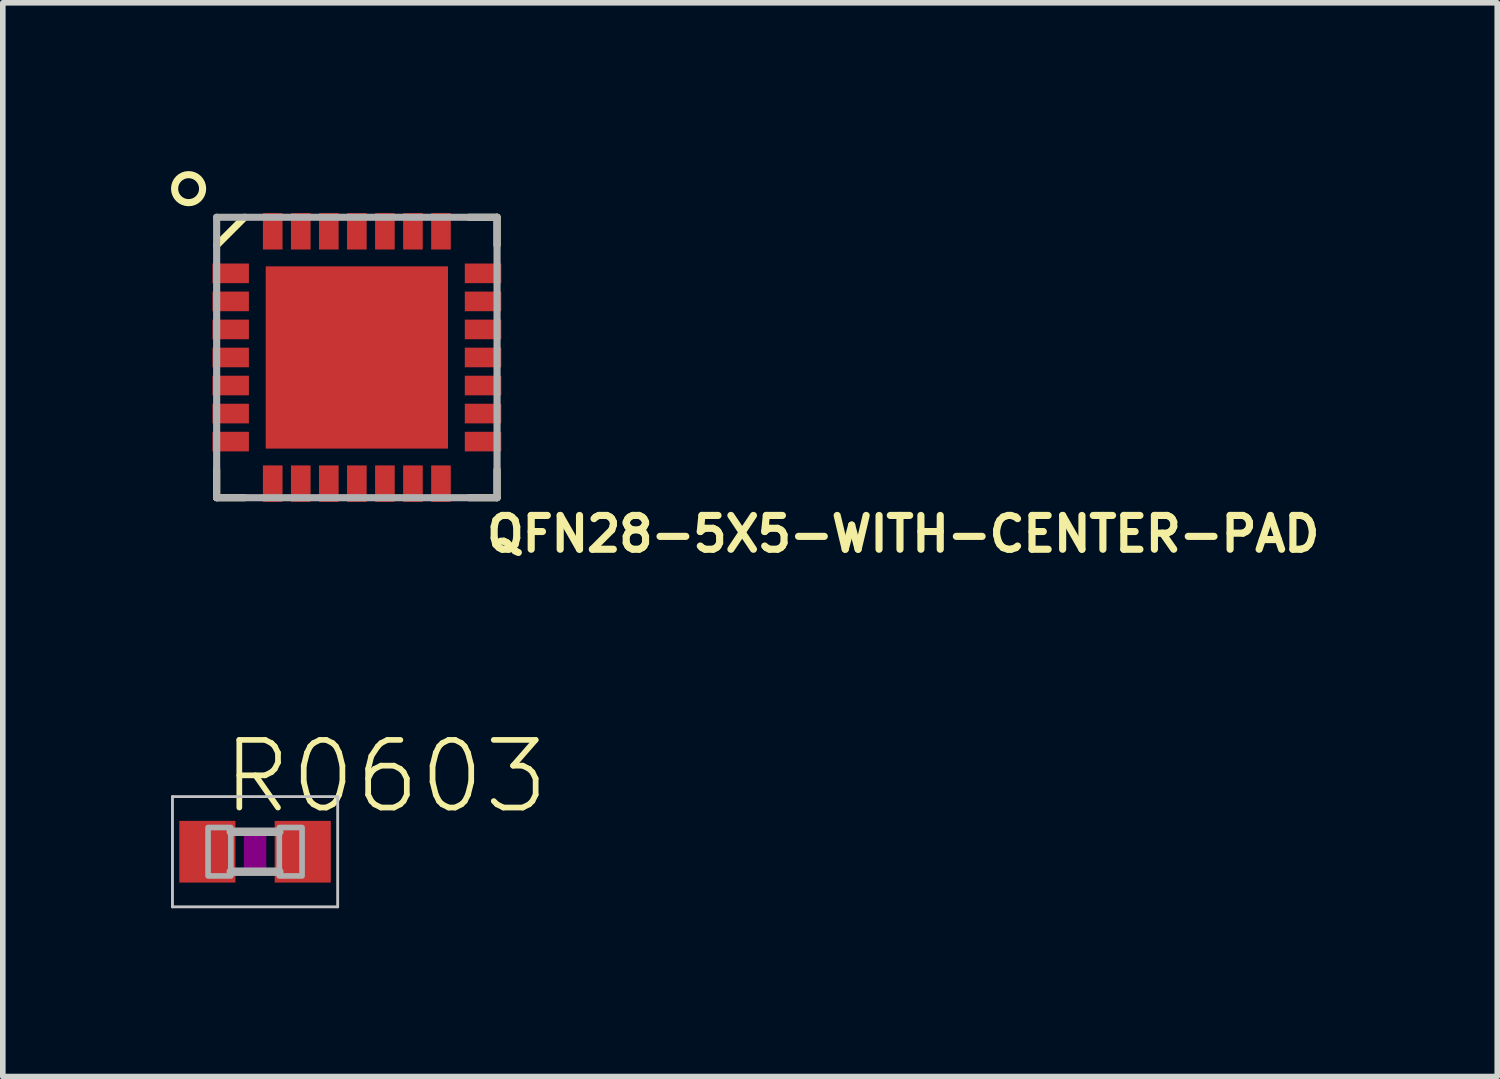
<source format=kicad_pcb>
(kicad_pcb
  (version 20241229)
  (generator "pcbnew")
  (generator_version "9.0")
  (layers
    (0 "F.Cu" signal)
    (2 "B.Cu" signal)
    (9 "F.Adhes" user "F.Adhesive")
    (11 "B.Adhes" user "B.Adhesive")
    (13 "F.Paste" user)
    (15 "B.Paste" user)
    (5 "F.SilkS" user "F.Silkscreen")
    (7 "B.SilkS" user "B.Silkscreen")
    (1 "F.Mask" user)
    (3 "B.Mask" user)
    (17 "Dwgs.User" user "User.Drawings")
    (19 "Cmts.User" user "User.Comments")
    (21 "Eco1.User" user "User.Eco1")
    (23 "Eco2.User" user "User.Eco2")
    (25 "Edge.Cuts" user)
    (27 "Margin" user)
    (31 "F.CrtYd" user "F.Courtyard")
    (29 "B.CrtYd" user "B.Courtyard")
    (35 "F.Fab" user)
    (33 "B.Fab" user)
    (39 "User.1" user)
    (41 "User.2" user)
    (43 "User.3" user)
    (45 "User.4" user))
  (footprint "R0603"
    (layer "F.Cu")
    (at 1.498 12.137)
    (property "Reference" "R0603" (at -0.635 -0.635 0) (layer "F.SilkS") (effects (font (size 1.206 1.206) (thickness 0.102)) (justify left bottom)))
    (attr through_hole)
    (fp_poly (pts (xy -0.2 0.4) (xy 0.2 0.4) (xy 0.2 -0.4) (xy -0.2 -0.4)) (stroke (width 0) (type solid)) (fill yes) (layer "F.Adhes"))
    (fp_line (start -1.473 -0.983) (end 1.473 -0.983) (stroke (width 0.051) (type solid)) (layer "Dwgs.User"))
    (fp_line (start -1.473 0.983) (end -1.473 -0.983) (stroke (width 0.051) (type solid)) (layer "Dwgs.User"))
    (fp_line (start 1.473 -0.983) (end 1.473 0.983) (stroke (width 0.051) (type solid)) (layer "Dwgs.User"))
    (fp_line (start 1.473 0.983) (end -1.473 0.983) (stroke (width 0.051) (type solid)) (layer "Dwgs.User"))
    (fp_line (start -0.432 0.356) (end 0.432 0.356) (stroke (width 0.152) (type solid)) (layer "F.Fab"))
    (fp_line (start 0.432 -0.356) (end -0.432 -0.356) (stroke (width 0.152) (type solid)) (layer "F.Fab"))
    (fp_poly (pts (xy -0.838 0.432) (xy -0.432 0.432) (xy -0.432 -0.432) (xy -0.838 -0.432)) (stroke (width 0.1) (type solid)) (fill no) (layer "F.Fab"))
    (fp_poly (pts (xy 0.432 0.432) (xy 0.838 0.432) (xy 0.838 -0.432) (xy 0.432 -0.432)) (stroke (width 0.1) (type solid)) (fill no) (layer "F.Fab"))
    (pad "1" smd rect (at -0.85 0) (size 1 1.1) (layers "F.Cu" "F.Mask" "F.Paste"))
    (pad "2" smd rect (at 0.85 0) (size 1 1.1) (layers "F.Cu" "F.Mask" "F.Paste")))
  (footprint "QFN28-5X5-WITH-CENTER-PAD"
    (layer "F.Cu")
    (at 3.313 3.324)
    (property "Reference" "QFN28-5X5-WITH-CENTER-PAD" (at 2.25 3.5 0) (layer "F.SilkS") (effects (font (size 0.603 0.603) (thickness 0.127)) (justify left bottom)))
    (attr through_hole)
    (fp_line (start -2.5 -2) (end -2 -2.5) (stroke (width 0.127) (type solid)) (layer "F.SilkS"))
    (fp_line (start -2.5 2) (end -2.5 2.5) (stroke (width 0.127) (type solid)) (layer "F.SilkS"))
    (fp_line (start -2.5 2.5) (end -2 2.5) (stroke (width 0.127) (type solid)) (layer "F.SilkS"))
    (fp_line (start 2 -2.5) (end 2.5 -2.5) (stroke (width 0.127) (type solid)) (layer "F.SilkS"))
    (fp_line (start 2 2.5) (end 2.5 2.5) (stroke (width 0.127) (type solid)) (layer "F.SilkS"))
    (fp_line (start 2.5 -2.5) (end 2.5 -2) (stroke (width 0.127) (type solid)) (layer "F.SilkS"))
    (fp_line (start 2.5 2.5) (end 2.5 2) (stroke (width 0.127) (type solid)) (layer "F.SilkS"))
    (fp_circle (center -3 -3.01) (end -2.75 -3.01) (stroke (width 0.127) (type solid)) (fill no) (layer "F.SilkS"))
    (fp_poly (pts (xy -2.5 -1.35) (xy -2 -1.35) (xy -2 -1.65) (xy -2.5 -1.65)) (stroke (width 0) (type solid)) (fill yes) (layer "F.Paste"))
    (fp_poly (pts (xy -2.5 -1.35) (xy -2 -1.35) (xy -2 -1.65) (xy -2.5 -1.65)) (stroke (width 0) (type solid)) (fill yes) (layer "F.Paste"))
    (fp_poly (pts (xy -2.5 -0.85) (xy -2 -0.85) (xy -2 -1.15) (xy -2.5 -1.15)) (stroke (width 0) (type solid)) (fill yes) (layer "F.Paste"))
    (fp_poly (pts (xy -2.5 -0.35) (xy -2 -0.35) (xy -2 -0.65) (xy -2.5 -0.65)) (stroke (width 0) (type solid)) (fill yes) (layer "F.Paste"))
    (fp_poly (pts (xy -2.5 0.15) (xy -2 0.15) (xy -2 -0.15) (xy -2.5 -0.15)) (stroke (width 0) (type solid)) (fill yes) (layer "F.Paste"))
    (fp_poly (pts (xy -2.5 0.65) (xy -2 0.65) (xy -2 0.35) (xy -2.5 0.35)) (stroke (width 0) (type solid)) (fill yes) (layer "F.Paste"))
    (fp_poly (pts (xy -2.5 1.15) (xy -2 1.15) (xy -2 0.85) (xy -2.5 0.85)) (stroke (width 0) (type solid)) (fill yes) (layer "F.Paste"))
    (fp_poly (pts (xy -2.5 1.65) (xy -2 1.65) (xy -2 1.35) (xy -2.5 1.35)) (stroke (width 0) (type solid)) (fill yes) (layer "F.Paste"))
    (fp_poly (pts (xy -1.4 -0.7) (xy -0.7 -0.7) (xy -0.7 -1.4) (xy -1.4 -1.4)) (stroke (width 0) (type solid)) (fill yes) (layer "F.Paste"))
    (fp_poly (pts (xy -1.4 0.35) (xy -0.7 0.35) (xy -0.7 -0.35) (xy -1.4 -0.35)) (stroke (width 0) (type solid)) (fill yes) (layer "F.Paste"))
    (fp_poly (pts (xy -1.4 1.4) (xy -0.7 1.4) (xy -0.7 0.7) (xy -1.4 0.7)) (stroke (width 0) (type solid)) (fill yes) (layer "F.Paste"))
    (fp_poly (pts (xy -1.35 -2) (xy -1.35 -2.5) (xy -1.65 -2.5) (xy -1.65 -2)) (stroke (width 0) (type solid)) (fill yes) (layer "F.Paste"))
    (fp_poly (pts (xy -1.35 2.5) (xy -1.35 2) (xy -1.65 2) (xy -1.65 2.5)) (stroke (width 0) (type solid)) (fill yes) (layer "F.Paste"))
    (fp_poly (pts (xy -0.85 -2) (xy -0.85 -2.5) (xy -1.15 -2.5) (xy -1.15 -2)) (stroke (width 0) (type solid)) (fill yes) (layer "F.Paste"))
    (fp_poly (pts (xy -0.85 2.5) (xy -0.85 2) (xy -1.15 2) (xy -1.15 2.5)) (stroke (width 0) (type solid)) (fill yes) (layer "F.Paste"))
    (fp_poly (pts (xy -0.35 -2) (xy -0.35 -2.5) (xy -0.65 -2.5) (xy -0.65 -2)) (stroke (width 0) (type solid)) (fill yes) (layer "F.Paste"))
    (fp_poly (pts (xy -0.35 -0.7) (xy 0.35 -0.7) (xy 0.35 -1.4) (xy -0.35 -1.4)) (stroke (width 0) (type solid)) (fill yes) (layer "F.Paste"))
    (fp_poly (pts (xy -0.35 0.35) (xy 0.35 0.35) (xy 0.35 -0.35) (xy -0.35 -0.35)) (stroke (width 0) (type solid)) (fill yes) (layer "F.Paste"))
    (fp_poly (pts (xy -0.35 1.4) (xy 0.35 1.4) (xy 0.35 0.7) (xy -0.35 0.7)) (stroke (width 0) (type solid)) (fill yes) (layer "F.Paste"))
    (fp_poly (pts (xy -0.35 2.5) (xy -0.35 2) (xy -0.65 2) (xy -0.65 2.5)) (stroke (width 0) (type solid)) (fill yes) (layer "F.Paste"))
    (fp_poly (pts (xy 0.15 -2) (xy 0.15 -2.5) (xy -0.15 -2.5) (xy -0.15 -2)) (stroke (width 0) (type solid)) (fill yes) (layer "F.Paste"))
    (fp_poly (pts (xy 0.15 2.5) (xy 0.15 2) (xy -0.15 2) (xy -0.15 2.5)) (stroke (width 0) (type solid)) (fill yes) (layer "F.Paste"))
    (fp_poly (pts (xy 0.65 -2) (xy 0.65 -2.5) (xy 0.35 -2.5) (xy 0.35 -2)) (stroke (width 0) (type solid)) (fill yes) (layer "F.Paste"))
    (fp_poly (pts (xy 0.65 2.5) (xy 0.65 2) (xy 0.35 2) (xy 0.35 2.5)) (stroke (width 0) (type solid)) (fill yes) (layer "F.Paste"))
    (fp_poly (pts (xy 0.7 -0.7) (xy 1.4 -0.7) (xy 1.4 -1.4) (xy 0.7 -1.4)) (stroke (width 0) (type solid)) (fill yes) (layer "F.Paste"))
    (fp_poly (pts (xy 0.7 0.35) (xy 1.4 0.35) (xy 1.4 -0.35) (xy 0.7 -0.35)) (stroke (width 0) (type solid)) (fill yes) (layer "F.Paste"))
    (fp_poly (pts (xy 0.7 1.4) (xy 1.4 1.4) (xy 1.4 0.7) (xy 0.7 0.7)) (stroke (width 0) (type solid)) (fill yes) (layer "F.Paste"))
    (fp_poly (pts (xy 1.15 -2) (xy 1.15 -2.5) (xy 0.85 -2.5) (xy 0.85 -2)) (stroke (width 0) (type solid)) (fill yes) (layer "F.Paste"))
    (fp_poly (pts (xy 1.15 2.5) (xy 1.15 2) (xy 0.85 2) (xy 0.85 2.5)) (stroke (width 0) (type solid)) (fill yes) (layer "F.Paste"))
    (fp_poly (pts (xy 1.65 -2) (xy 1.65 -2.5) (xy 1.35 -2.5) (xy 1.35 -2)) (stroke (width 0) (type solid)) (fill yes) (layer "F.Paste"))
    (fp_poly (pts (xy 1.65 2.5) (xy 1.65 2) (xy 1.35 2) (xy 1.35 2.5)) (stroke (width 0) (type solid)) (fill yes) (layer "F.Paste"))
    (fp_poly (pts (xy 2.5 -1.65) (xy 2 -1.65) (xy 2 -1.35) (xy 2.5 -1.35)) (stroke (width 0) (type solid)) (fill yes) (layer "F.Paste"))
    (fp_poly (pts (xy 2.5 -1.15) (xy 2 -1.15) (xy 2 -0.85) (xy 2.5 -0.85)) (stroke (width 0) (type solid)) (fill yes) (layer "F.Paste"))
    (fp_poly (pts (xy 2.5 -0.65) (xy 2 -0.65) (xy 2 -0.35) (xy 2.5 -0.35)) (stroke (width 0) (type solid)) (fill yes) (layer "F.Paste"))
    (fp_poly (pts (xy 2.5 -0.15) (xy 2 -0.15) (xy 2 0.15) (xy 2.5 0.15)) (stroke (width 0) (type solid)) (fill yes) (layer "F.Paste"))
    (fp_poly (pts (xy 2.5 0.35) (xy 2 0.35) (xy 2 0.65) (xy 2.5 0.65)) (stroke (width 0) (type solid)) (fill yes) (layer "F.Paste"))
    (fp_poly (pts (xy 2.5 0.85) (xy 2 0.85) (xy 2 1.15) (xy 2.5 1.15)) (stroke (width 0) (type solid)) (fill yes) (layer "F.Paste"))
    (fp_poly (pts (xy 2.5 1.35) (xy 2 1.35) (xy 2 1.65) (xy 2.5 1.65)) (stroke (width 0) (type solid)) (fill yes) (layer "F.Paste"))
    (fp_line (start -2.5 -2.5) (end -2.5 2.5) (stroke (width 0.127) (type solid)) (layer "F.Fab"))
    (fp_line (start -2.5 2.5) (end 2.5 2.5) (stroke (width 0.127) (type solid)) (layer "F.Fab"))
    (fp_line (start 2.5 -2.5) (end -2.5 -2.5) (stroke (width 0.127) (type solid)) (layer "F.Fab"))
    (fp_line (start 2.5 2.5) (end 2.5 -2.5) (stroke (width 0.127) (type solid)) (layer "F.Fab"))
    (pad "1" smd rect (at -2.25 -1.5 90) (size 0.35 0.65) (layers "F.Cu" "F.Mask"))
    (pad "2" smd rect (at -2.25 -1 90) (size 0.35 0.65) (layers "F.Cu" "F.Mask"))
    (pad "3" smd rect (at -2.25 -0.5 90) (size 0.35 0.65) (layers "F.Cu" "F.Mask"))
    (pad "4" smd rect (at -2.25 0 90) (size 0.35 0.65) (layers "F.Cu" "F.Mask"))
    (pad "5" smd rect (at -2.25 0.5 90) (size 0.35 0.65) (layers "F.Cu" "F.Mask"))
    (pad "6" smd rect (at -2.25 1 90) (size 0.35 0.65) (layers "F.Cu" "F.Mask"))
    (pad "7" smd rect (at -2.25 1.5 90) (size 0.35 0.65) (layers "F.Cu" "F.Mask"))
    (pad "8" smd rect (at -1.5 2.25 180) (size 0.35 0.65) (layers "F.Cu" "F.Mask"))
    (pad "9" smd rect (at -1 2.25 180) (size 0.35 0.65) (layers "F.Cu" "F.Mask"))
    (pad "10" smd rect (at -0.5 2.25 180) (size 0.35 0.65) (layers "F.Cu" "F.Mask"))
    (pad "11" smd rect (at 0 2.25 180) (size 0.35 0.65) (layers "F.Cu" "F.Mask"))
    (pad "12" smd rect (at 0.5 2.25 180) (size 0.35 0.65) (layers "F.Cu" "F.Mask"))
    (pad "13" smd rect (at 1 2.25 180) (size 0.35 0.65) (layers "F.Cu" "F.Mask"))
    (pad "14" smd rect (at 1.5 2.25 180) (size 0.35 0.65) (layers "F.Cu" "F.Mask"))
    (pad "15" smd rect (at 2.25 1.5 270) (size 0.35 0.65) (layers "F.Cu" "F.Mask"))
    (pad "16" smd rect (at 2.25 1 270) (size 0.35 0.65) (layers "F.Cu" "F.Mask"))
    (pad "17" smd rect (at 2.25 0.5 270) (size 0.35 0.65) (layers "F.Cu" "F.Mask"))
    (pad "18" smd rect (at 2.25 0 270) (size 0.35 0.65) (layers "F.Cu" "F.Mask"))
    (pad "19" smd rect (at 2.25 -0.5 270) (size 0.35 0.65) (layers "F.Cu" "F.Mask"))
    (pad "20" smd rect (at 2.25 -1 270) (size 0.35 0.65) (layers "F.Cu" "F.Mask"))
    (pad "21" smd rect (at 2.25 -1.5 270) (size 0.35 0.65) (layers "F.Cu" "F.Mask"))
    (pad "22" smd rect (at 1.5 -2.25 180) (size 0.35 0.65) (layers "F.Cu" "F.Mask"))
    (pad "23" smd rect (at 1 -2.25 180) (size 0.35 0.65) (layers "F.Cu" "F.Mask"))
    (pad "24" smd rect (at 0.5 -2.25 180) (size 0.35 0.65) (layers "F.Cu" "F.Mask"))
    (pad "25" smd rect (at 0 -2.25 180) (size 0.35 0.65) (layers "F.Cu" "F.Mask"))
    (pad "26" smd rect (at -0.5 -2.25 180) (size 0.35 0.65) (layers "F.Cu" "F.Mask"))
    (pad "27" smd rect (at -1 -2.25 180) (size 0.35 0.65) (layers "F.Cu" "F.Mask"))
    (pad "28" smd rect (at -1.5 -2.25 180) (size 0.35 0.65) (layers "F.Cu" "F.Mask"))
    (pad "PAD" smd rect (at 0 0) (size 3.25 3.25) (layers "F.Cu" "F.Mask")))
  (gr_rect
    (start -3 -3)
    (end 23.647 16.146)
    (stroke (width 0.1) (type default))
    (fill no)
    (layer "Edge.Cuts")))
</source>
